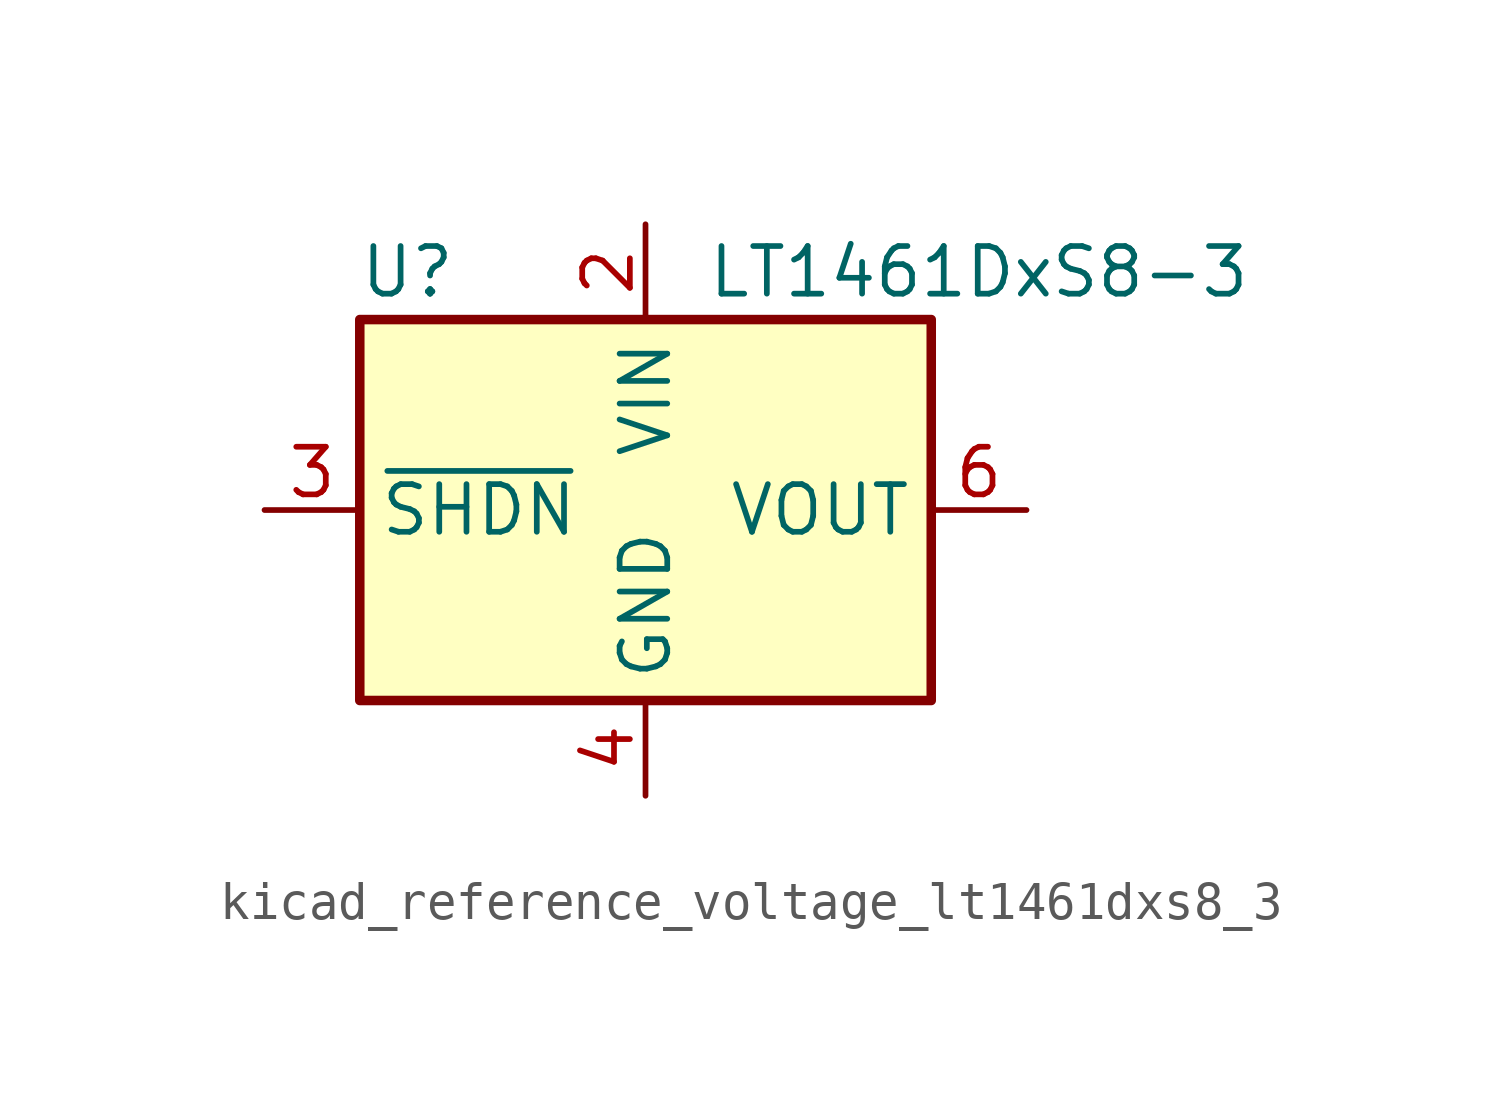
<source format=kicad_sym>
(kicad_symbol_lib
  (version 20220914)
  (generator kicad_symbol_editor)
  (symbol "kicad_reference_voltage_lt1461dxs8_3"
    (property "Reference" "U"
      (at -6.35 6.35 0)
      (effects (font (size 1.27 1.27))))
    (property "Value" "LT1461DxS8-3"
      (at 8.89 6.35 0)
      (effects (font (size 1.27 1.27))))
    (symbol "kicad_reference_voltage_lt1461dxs8_3_1_1"
      (rectangle (start -7.62 5.08) (end 7.62 -5.08) (stroke (width 0.254) (type default)) (fill (type background)))
      (pin no_connect line (at 7.62 -2.54 180) (length 2.54) hide (name "DNC" (effects (font (size 1.27 1.27)))) (number "1" (effects (font (size 1.27 1.27)))))
      (pin power_in line (at 0 7.62 270) (length 2.54) (name "VIN" (effects (font (size 1.27 1.27)))) (number "2" (effects (font (size 1.27 1.27)))))
      (pin input line (at -10.16 0 0) (length 2.54) (name "~{SHDN}" (effects (font (size 1.27 1.27)))) (number "3" (effects (font (size 1.27 1.27)))))
      (pin power_in line (at 0 -7.62 90) (length 2.54) (name "GND" (effects (font (size 1.27 1.27)))) (number "4" (effects (font (size 1.27 1.27)))))
      (pin no_connect line (at -7.62 -2.54 0) (length 2.54) hide (name "DNC" (effects (font (size 1.27 1.27)))) (number "5" (effects (font (size 1.27 1.27)))))
      (pin power_out line (at 10.16 0 180) (length 2.54) (name "VOUT" (effects (font (size 1.27 1.27)))) (number "6" (effects (font (size 1.27 1.27)))))
      (pin no_connect line (at -7.62 2.54 0) (length 2.54) hide (name "DNC" (effects (font (size 1.27 1.27)))) (number "7" (effects (font (size 1.27 1.27)))))
      (pin no_connect line (at 7.62 2.54 180) (length 2.54) hide (name "DNC" (effects (font (size 1.27 1.27)))) (number "8" (effects (font (size 1.27 1.27))))))))
</source>
